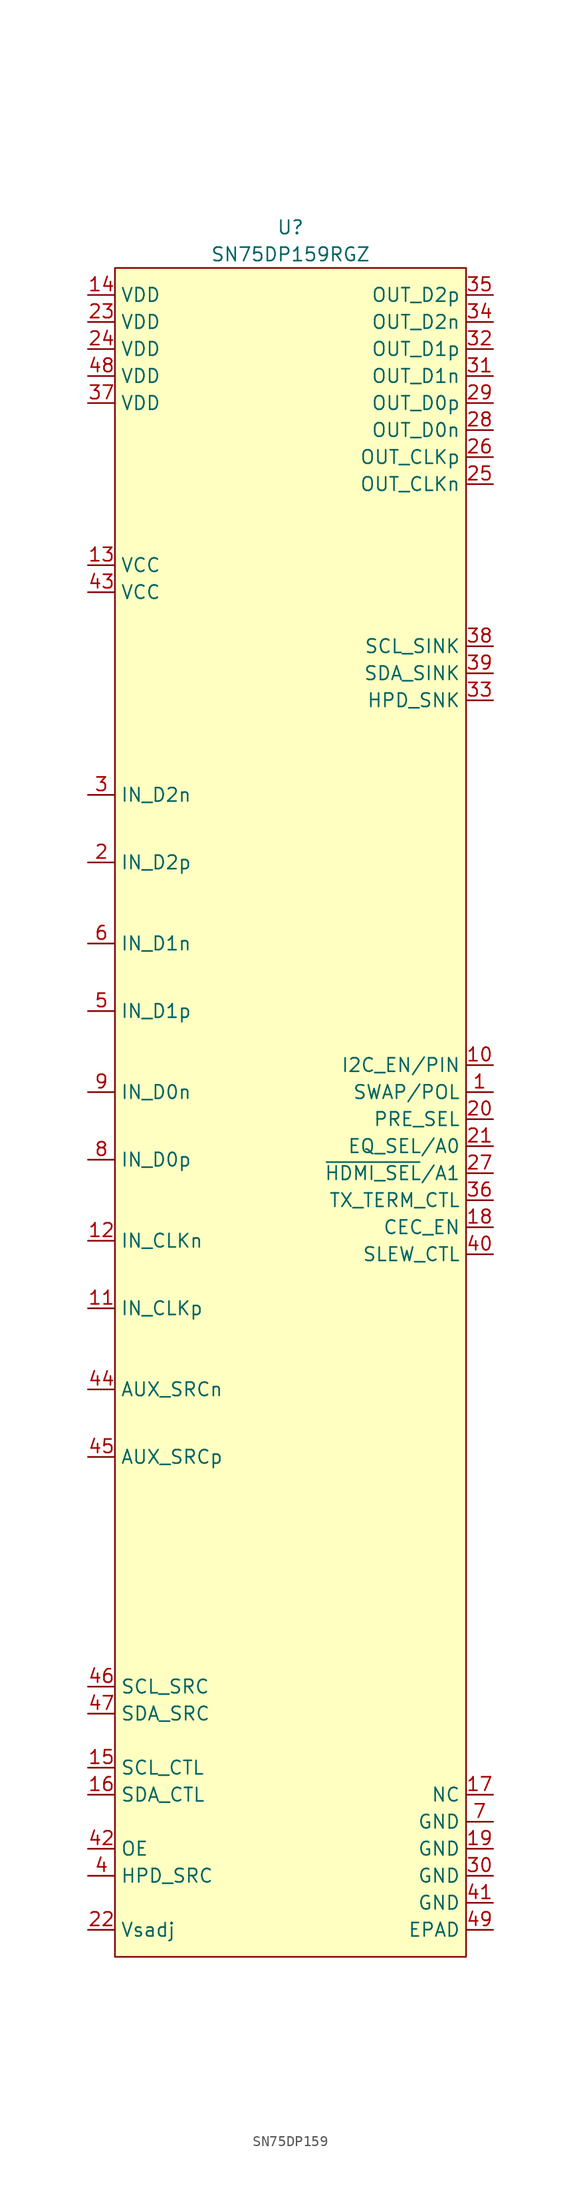
<source format=kicad_sym>
(kicad_symbol_lib
  (version 20231120)
  (generator "kicad_symbol_editor")
  (generator_version "8.0")
  (symbol "SN75DP159"
    (property "Reference" "U"
      (at 16.51 6.35 0)
      (effects (font (size 1.27 1.27))))
    (property "Value" "SN75DP159RGZ"
      (at 16.51 3.81 0)
      (effects (font (size 1.27 1.27))))
    (symbol "SN75DP159_1_1"
      (rectangle (start 0 2.54) (end 33.02 -156.21) (stroke (width 0) (type default)) (fill (type background)))
      (pin passive line (at 35.56 -74.93 180) (length 2.54) (name "SWAP/POL" (effects (font (size 1.27 1.27)))) (number "1" (effects (font (size 1.27 1.27)))))
      (pin passive line (at 35.56 -72.39 180) (length 2.54) (name "I2C_EN/PIN" (effects (font (size 1.27 1.27)))) (number "10" (effects (font (size 1.27 1.27)))))
      (pin passive line (at -2.54 -95.25 0) (length 2.54) (name "IN_CLKp" (effects (font (size 1.27 1.27)))) (number "11" (effects (font (size 1.27 1.27)))))
      (pin passive line (at -2.54 -88.9 0) (length 2.54) (name "IN_CLKn" (effects (font (size 1.27 1.27)))) (number "12" (effects (font (size 1.27 1.27)))))
      (pin passive line (at -2.54 -25.4 0) (length 2.54) (name "VCC" (effects (font (size 1.27 1.27)))) (number "13" (effects (font (size 1.27 1.27)))))
      (pin passive line (at -2.54 0 0) (length 2.54) (name "VDD" (effects (font (size 1.27 1.27)))) (number "14" (effects (font (size 1.27 1.27)))))
      (pin passive line (at -2.54 -138.43 0) (length 2.54) (name "SCL_CTL" (effects (font (size 1.27 1.27)))) (number "15" (effects (font (size 1.27 1.27)))))
      (pin passive line (at -2.54 -140.97 0) (length 2.54) (name "SDA_CTL" (effects (font (size 1.27 1.27)))) (number "16" (effects (font (size 1.27 1.27)))))
      (pin passive line (at 35.56 -140.97 180) (length 2.54) (name "NC" (effects (font (size 1.27 1.27)))) (number "17" (effects (font (size 1.27 1.27)))))
      (pin passive line (at 35.56 -87.63 180) (length 2.54) (name "CEC_EN" (effects (font (size 1.27 1.27)))) (number "18" (effects (font (size 1.27 1.27)))))
      (pin passive line (at 35.56 -146.05 180) (length 2.54) (name "GND" (effects (font (size 1.27 1.27)))) (number "19" (effects (font (size 1.27 1.27)))))
      (pin passive line (at -2.54 -53.34 0) (length 2.54) (name "IN_D2p" (effects (font (size 1.27 1.27)))) (number "2" (effects (font (size 1.27 1.27)))))
      (pin passive line (at 35.56 -77.47 180) (length 2.54) (name "PRE_SEL" (effects (font (size 1.27 1.27)))) (number "20" (effects (font (size 1.27 1.27)))))
      (pin passive line (at 35.56 -80.01 180) (length 2.54) (name "EQ_SEL/A0" (effects (font (size 1.27 1.27)))) (number "21" (effects (font (size 1.27 1.27)))))
      (pin passive line (at -2.54 -153.67 0) (length 2.54) (name "Vsadj" (effects (font (size 1.27 1.27)))) (number "22" (effects (font (size 1.27 1.27)))))
      (pin passive line (at -2.54 -2.54 0) (length 2.54) (name "VDD" (effects (font (size 1.27 1.27)))) (number "23" (effects (font (size 1.27 1.27)))))
      (pin passive line (at -2.54 -5.08 0) (length 2.54) (name "VDD" (effects (font (size 1.27 1.27)))) (number "24" (effects (font (size 1.27 1.27)))))
      (pin passive line (at 35.56 -17.78 180) (length 2.54) (name "OUT_CLKn" (effects (font (size 1.27 1.27)))) (number "25" (effects (font (size 1.27 1.27)))))
      (pin passive line (at 35.56 -15.24 180) (length 2.54) (name "OUT_CLKp" (effects (font (size 1.27 1.27)))) (number "26" (effects (font (size 1.27 1.27)))))
      (pin passive line (at 35.56 -82.55 180) (length 2.54) (name "~{HDMI_SEL}/A1" (effects (font (size 1.27 1.27)))) (number "27" (effects (font (size 1.27 1.27)))))
      (pin passive line (at 35.56 -12.7 180) (length 2.54) (name "OUT_D0n" (effects (font (size 1.27 1.27)))) (number "28" (effects (font (size 1.27 1.27)))))
      (pin passive line (at 35.56 -10.16 180) (length 2.54) (name "OUT_D0p" (effects (font (size 1.27 1.27)))) (number "29" (effects (font (size 1.27 1.27)))))
      (pin passive line (at -2.54 -46.99 0) (length 2.54) (name "IN_D2n" (effects (font (size 1.27 1.27)))) (number "3" (effects (font (size 1.27 1.27)))))
      (pin passive line (at 35.56 -148.59 180) (length 2.54) (name "GND" (effects (font (size 1.27 1.27)))) (number "30" (effects (font (size 1.27 1.27)))))
      (pin passive line (at 35.56 -7.62 180) (length 2.54) (name "OUT_D1n" (effects (font (size 1.27 1.27)))) (number "31" (effects (font (size 1.27 1.27)))))
      (pin passive line (at 35.56 -5.08 180) (length 2.54) (name "OUT_D1p" (effects (font (size 1.27 1.27)))) (number "32" (effects (font (size 1.27 1.27)))))
      (pin passive line (at 35.56 -38.1 180) (length 2.54) (name "HPD_SNK" (effects (font (size 1.27 1.27)))) (number "33" (effects (font (size 1.27 1.27)))))
      (pin passive line (at 35.56 -2.54 180) (length 2.54) (name "OUT_D2n" (effects (font (size 1.27 1.27)))) (number "34" (effects (font (size 1.27 1.27)))))
      (pin passive line (at 35.56 0 180) (length 2.54) (name "OUT_D2p" (effects (font (size 1.27 1.27)))) (number "35" (effects (font (size 1.27 1.27)))))
      (pin passive line (at 35.56 -85.09 180) (length 2.54) (name "TX_TERM_CTL" (effects (font (size 1.27 1.27)))) (number "36" (effects (font (size 1.27 1.27)))))
      (pin passive line (at -2.54 -10.16 0) (length 2.54) (name "VDD" (effects (font (size 1.27 1.27)))) (number "37" (effects (font (size 1.27 1.27)))))
      (pin passive line (at 35.56 -33.02 180) (length 2.54) (name "SCL_SINK" (effects (font (size 1.27 1.27)))) (number "38" (effects (font (size 1.27 1.27)))))
      (pin passive line (at 35.56 -35.56 180) (length 2.54) (name "SDA_SINK" (effects (font (size 1.27 1.27)))) (number "39" (effects (font (size 1.27 1.27)))))
      (pin passive line (at -2.54 -148.59 0) (length 2.54) (name "HPD_SRC" (effects (font (size 1.27 1.27)))) (number "4" (effects (font (size 1.27 1.27)))))
      (pin passive line (at 35.56 -90.17 180) (length 2.54) (name "SLEW_CTL" (effects (font (size 1.27 1.27)))) (number "40" (effects (font (size 1.27 1.27)))))
      (pin passive line (at 35.56 -151.13 180) (length 2.54) (name "GND" (effects (font (size 1.27 1.27)))) (number "41" (effects (font (size 1.27 1.27)))))
      (pin passive line (at -2.54 -146.05 0) (length 2.54) (name "OE" (effects (font (size 1.27 1.27)))) (number "42" (effects (font (size 1.27 1.27)))))
      (pin passive line (at -2.54 -27.94 0) (length 2.54) (name "VCC" (effects (font (size 1.27 1.27)))) (number "43" (effects (font (size 1.27 1.27)))))
      (pin passive line (at -2.54 -102.87 0) (length 2.54) (name "AUX_SRCn" (effects (font (size 1.27 1.27)))) (number "44" (effects (font (size 1.27 1.27)))))
      (pin passive line (at -2.54 -109.22 0) (length 2.54) (name "AUX_SRCp" (effects (font (size 1.27 1.27)))) (number "45" (effects (font (size 1.27 1.27)))))
      (pin passive line (at -2.54 -130.81 0) (length 2.54) (name "SCL_SRC" (effects (font (size 1.27 1.27)))) (number "46" (effects (font (size 1.27 1.27)))))
      (pin passive line (at -2.54 -133.35 0) (length 2.54) (name "SDA_SRC" (effects (font (size 1.27 1.27)))) (number "47" (effects (font (size 1.27 1.27)))))
      (pin passive line (at -2.54 -7.62 0) (length 2.54) (name "VDD" (effects (font (size 1.27 1.27)))) (number "48" (effects (font (size 1.27 1.27)))))
      (pin passive line (at 35.56 -153.67 180) (length 2.54) (name "EPAD" (effects (font (size 1.27 1.27)))) (number "49" (effects (font (size 1.27 1.27)))))
      (pin passive line (at -2.54 -67.31 0) (length 2.54) (name "IN_D1p" (effects (font (size 1.27 1.27)))) (number "5" (effects (font (size 1.27 1.27)))))
      (pin passive line (at -2.54 -60.96 0) (length 2.54) (name "IN_D1n" (effects (font (size 1.27 1.27)))) (number "6" (effects (font (size 1.27 1.27)))))
      (pin passive line (at 35.56 -143.51 180) (length 2.54) (name "GND" (effects (font (size 1.27 1.27)))) (number "7" (effects (font (size 1.27 1.27)))))
      (pin passive line (at -2.54 -81.28 0) (length 2.54) (name "IN_D0p" (effects (font (size 1.27 1.27)))) (number "8" (effects (font (size 1.27 1.27)))))
      (pin passive line (at -2.54 -74.93 0) (length 2.54) (name "IN_D0n" (effects (font (size 1.27 1.27)))) (number "9" (effects (font (size 1.27 1.27))))))))
</source>
